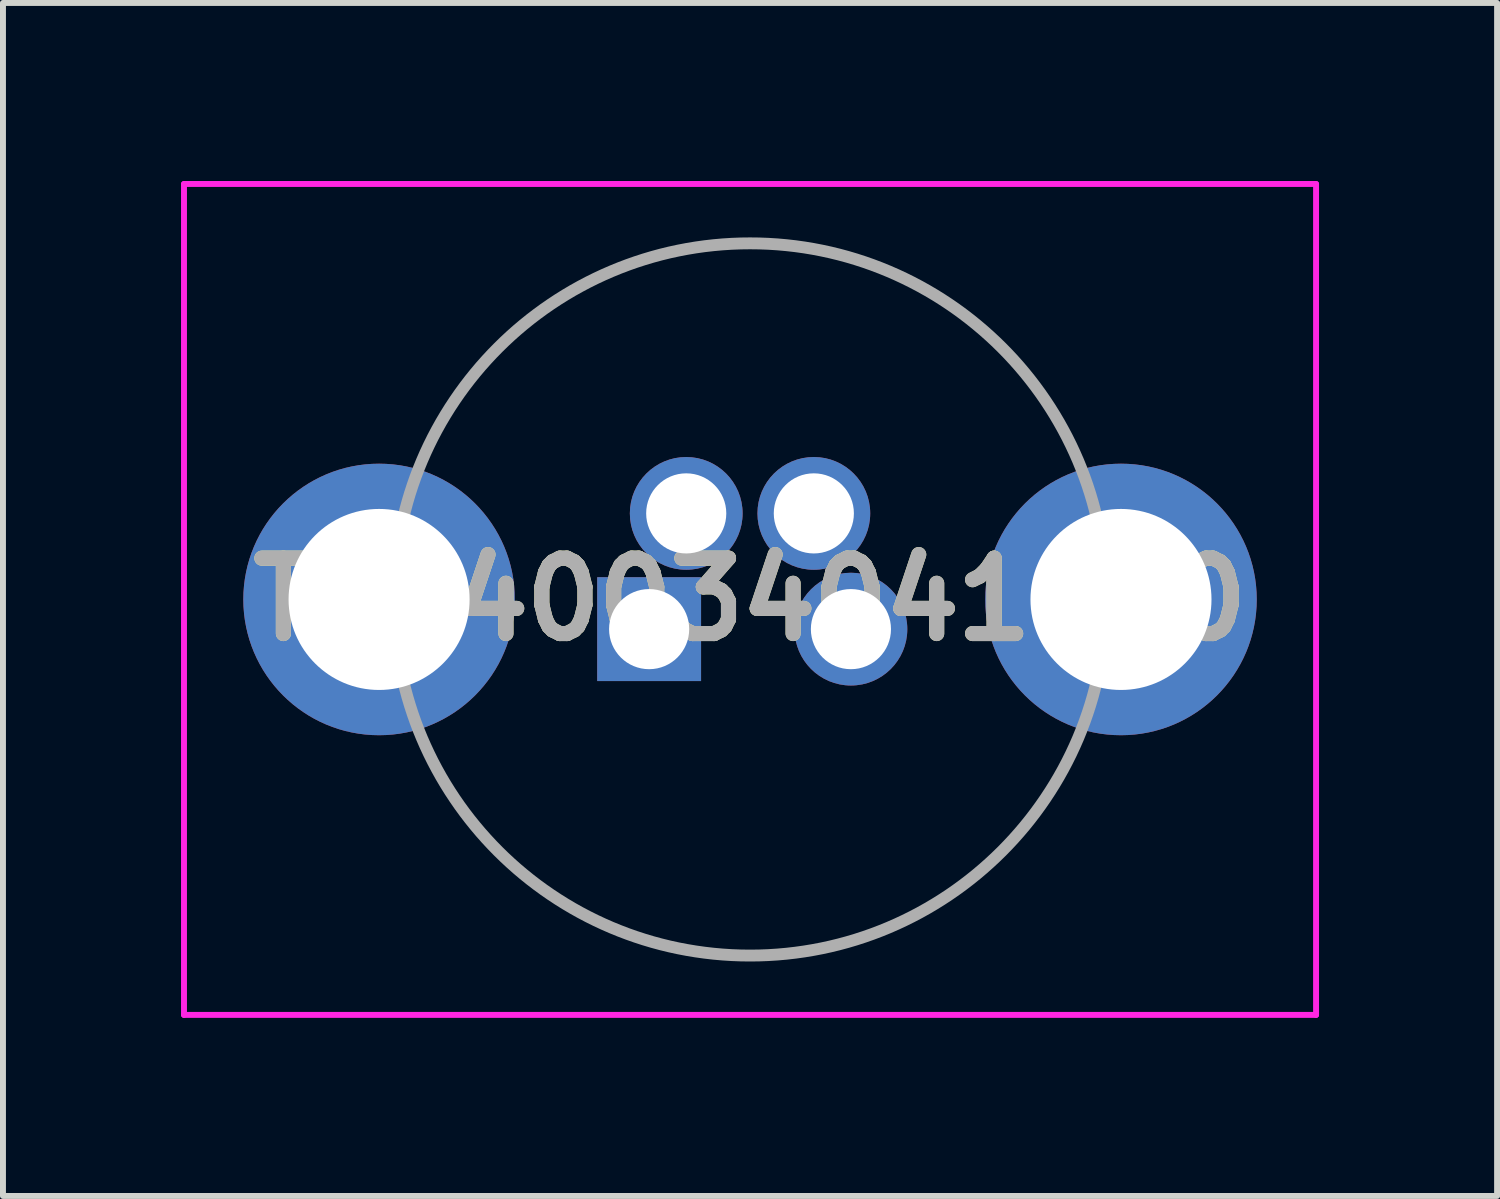
<source format=kicad_pcb>
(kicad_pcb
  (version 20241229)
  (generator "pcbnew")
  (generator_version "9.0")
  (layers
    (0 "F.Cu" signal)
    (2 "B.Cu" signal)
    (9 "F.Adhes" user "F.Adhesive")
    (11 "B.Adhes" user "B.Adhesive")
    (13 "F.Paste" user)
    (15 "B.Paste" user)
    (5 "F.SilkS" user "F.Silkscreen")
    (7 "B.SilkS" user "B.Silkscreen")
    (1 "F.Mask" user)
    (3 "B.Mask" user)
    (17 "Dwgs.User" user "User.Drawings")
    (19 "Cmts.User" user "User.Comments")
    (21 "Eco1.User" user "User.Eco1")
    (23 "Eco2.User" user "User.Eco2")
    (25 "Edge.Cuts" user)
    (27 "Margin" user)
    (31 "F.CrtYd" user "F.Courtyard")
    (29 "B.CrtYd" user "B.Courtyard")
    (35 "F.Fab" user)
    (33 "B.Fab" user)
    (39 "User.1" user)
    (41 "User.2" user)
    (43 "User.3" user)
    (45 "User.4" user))
  (footprint "T4040034041000"
    (layer "F.Cu")
    (at 9.587 7.55)
    (property "Reference" "T4040034041000" (at 0 -0.5 0) (layer "F.SilkS") (effects (font (size 1.27 1.27) (thickness 0.254))))
    (attr through_hole)
    (fp_line (start -0.1 -6.5) (end 0.1 -6.5) (stroke (width 0.1) (type solid)) (layer "F.SilkS"))
    (fp_line (start -0.1 5.5) (end 0.1 5.5) (stroke (width 0.1) (type solid)) (layer "F.SilkS"))
    (fp_line (start -9.537 -7.5) (end 9.537 -7.5) (stroke (width 0.1) (type solid)) (layer "F.CrtYd"))
    (fp_line (start -9.537 6.5) (end -9.537 -7.5) (stroke (width 0.1) (type solid)) (layer "F.CrtYd"))
    (fp_line (start 9.537 -7.5) (end 9.537 6.5) (stroke (width 0.1) (type solid)) (layer "F.CrtYd"))
    (fp_line (start 9.537 6.5) (end -9.537 6.5) (stroke (width 0.1) (type solid)) (layer "F.CrtYd"))
    (fp_line (start -6 -0.5) (end -6 -0.5) (stroke (width 0.2) (type solid)) (layer "F.Fab"))
    (fp_line (start 6 -0.5) (end 6 -0.5) (stroke (width 0.2) (type solid)) (layer "F.Fab"))
    (fp_arc (start -6 -0.5) (mid 0 -6.5) (end 6 -0.5) (stroke (width 0.2) (type solid)) (layer "F.Fab"))
    (fp_arc (start 6 -0.5) (mid 0 5.5) (end -6 -0.5) (stroke (width 0.2) (type solid)) (layer "F.Fab"))
    (fp_text user "${REFERENCE}" (at 0 -0.5 0) (layer "F.Fab") (effects (font (size 1.27 1.27) (thickness 0.254))))
    (pad "1" thru_hole rect (at -1.7 0) (size 1.75 1.75) (drill 1.35) (layers "*.Cu" "*.Mask"))
    (pad "2" thru_hole circle (at -1.075 -1.95) (size 1.9 1.9) (drill 1.35) (layers "*.Cu" "*.Mask"))
    (pad "3" thru_hole circle (at 1.7 0) (size 1.9 1.9) (drill 1.35) (layers "*.Cu" "*.Mask"))
    (pad "4" thru_hole circle (at 1.075 -1.95) (size 1.9 1.9) (drill 1.35) (layers "*.Cu" "*.Mask"))
    (pad "MH1" thru_hole circle (at -6.25 -0.5) (size 4.575 4.575) (drill 3.05) (layers "*.Cu" "*.Mask"))
    (pad "MH2" thru_hole circle (at 6.25 -0.5) (size 4.575 4.575) (drill 3.05) (layers "*.Cu" "*.Mask")))
  (gr_rect
    (start -3 -3)
    (end 22.174 17.1)
    (stroke (width 0.1) (type default))
    (fill no)
    (layer "Edge.Cuts")))
</source>
